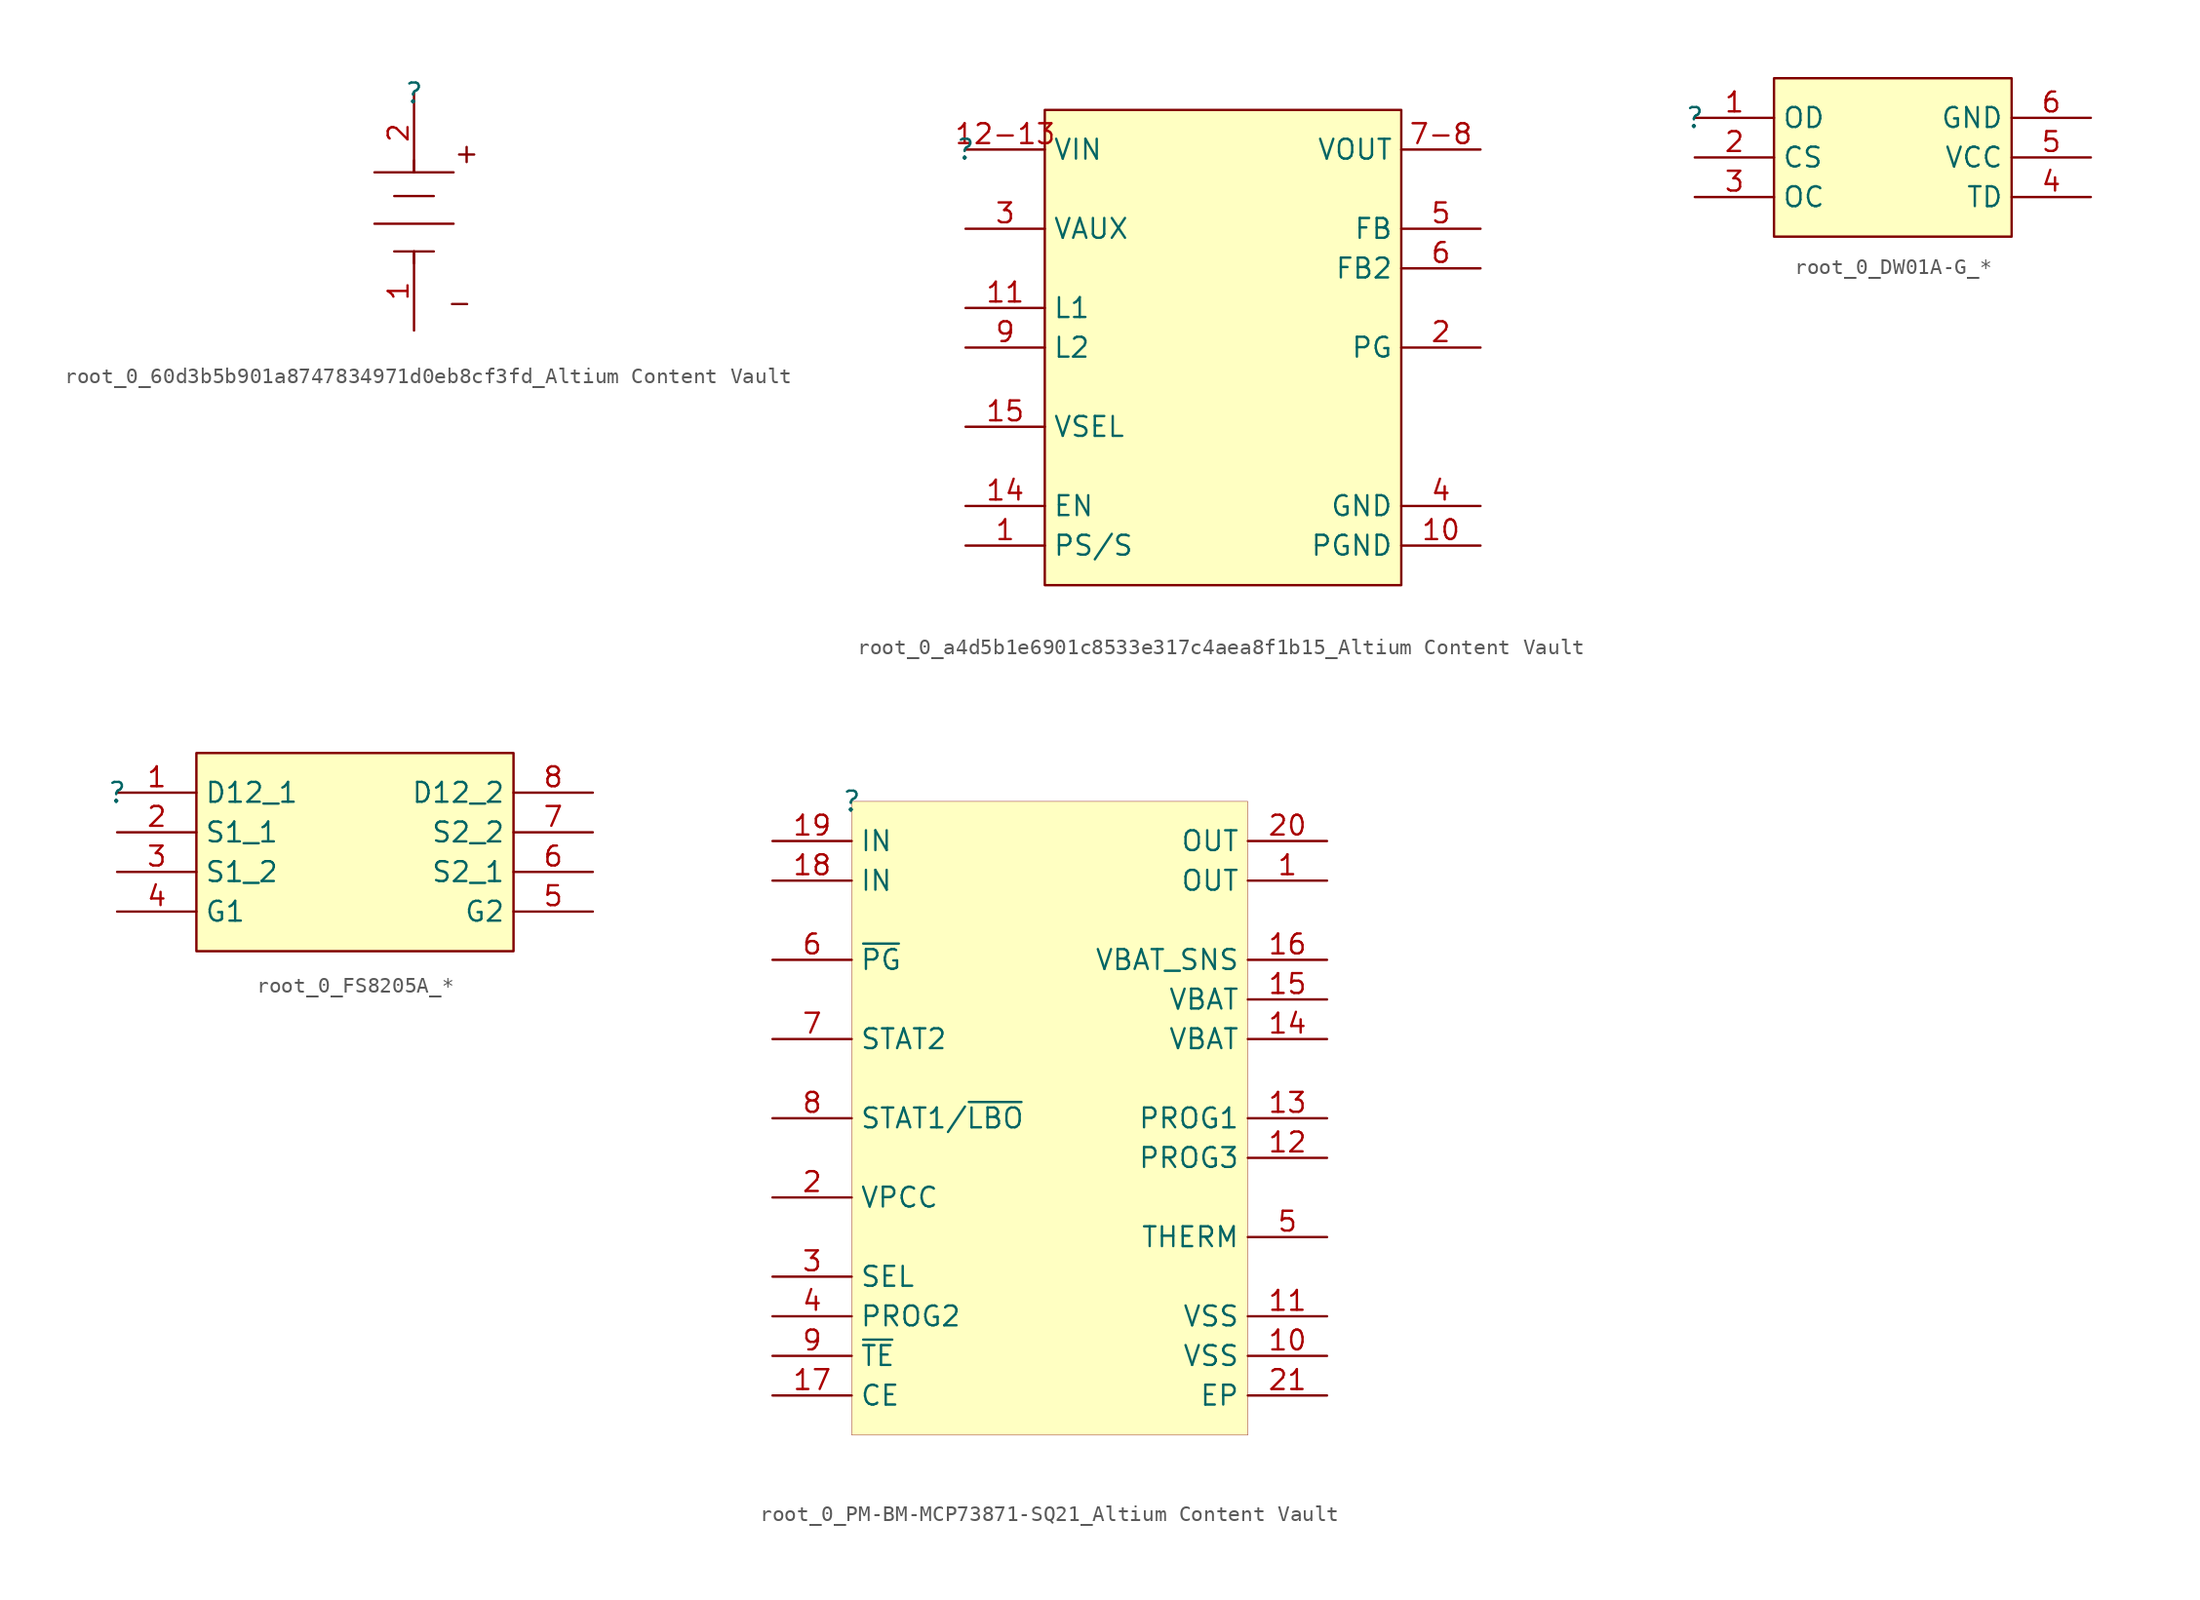
<source format=kicad_sym>
(kicad_symbol_lib
  (version 20241209)
  (generator "kicad_symbol_editor")
  (generator_version "9.0")
  (symbol "root_0_60d3b5b901a8747834971d0eb8cf3fd_Altium Content Vault"
    (pin_names
      (hide yes))
    (property "Reference" ""
      (at 0 0 0)
      (effects (font (size 1.27 1.27))))
    (property "Value" ""
      (at 0 0 0)
      (effects (font (size 1.27 1.27))))
    (symbol "root_0_60d3b5b901a8747834971d0eb8cf3fd_Altium Content Vault_1_0"
      (polyline (pts (xy 0 -5.08) (xy 0 -4.318)) (stroke (width 0) (type solid)) (fill (type none)))
      (polyline (pts (xy 0 -10.16) (xy 0 -10.922)) (stroke (width 0) (type solid)) (fill (type none)))
      (polyline (pts (xy 1.27 -6.604) (xy -1.27 -6.604)) (stroke (width 0) (type solid)) (fill (type none)))
      (polyline (pts (xy 1.27 -10.16) (xy -1.27 -10.16)) (stroke (width 0) (type solid)) (fill (type none)))
      (polyline (pts (xy 2.54 -5.08) (xy -2.54 -5.08)) (stroke (width 0) (type solid)) (fill (type none)))
      (polyline (pts (xy 2.54 -8.382) (xy -2.54 -8.382)) (stroke (width 0) (type solid)) (fill (type none)))
      (text "+" (at 2.54 -3.048 900) (effects (font (size 1.27 1.27)) (justify right top)))
      (text "-" (at 3.81 -12.7 0) (effects (font (size 1.27 1.27)) (justify right top)))
      (pin passive line (at 0 0 270) (length 5.08) (name "A" (effects (font (size 1.27 1.27)))) (number "2" (effects (font (size 1.27 1.27)))))
      (pin passive line (at 0 -15.24 90) (length 5.08) (name "C" (effects (font (size 1.27 1.27)))) (number "1" (effects (font (size 1.27 1.27)))))))
  (symbol "root_0_a4d5b1e6901c8533e317c4aea8f1b15_Altium Content Vault"
    (property "Reference" ""
      (at 0 0 0)
      (effects (font (size 1.27 1.27))))
    (property "Value" ""
      (at 0 0 0)
      (effects (font (size 1.27 1.27))))
    (symbol "root_0_a4d5b1e6901c8533e317c4aea8f1b15_Altium Content Vault_1_0"
      (rectangle (start 27.94 2.54) (end 5.08 -27.94) (stroke (width 0) (type solid) (color 128 0 0 1)) (fill (type background)))
      (pin power_in line (at 0 0 0) (length 5.08) (name "VIN" (effects (font (size 1.27 1.27)))) (number "12-13" (effects (font (size 1.27 1.27)))))
      (pin output line (at 0 -5.08 0) (length 5.08) (name "VAUX" (effects (font (size 1.27 1.27)))) (number "3" (effects (font (size 1.27 1.27)))))
      (pin input line (at 0 -10.16 0) (length 5.08) (name "L1" (effects (font (size 1.27 1.27)))) (number "11" (effects (font (size 1.27 1.27)))))
      (pin input line (at 0 -12.7 0) (length 5.08) (name "L2" (effects (font (size 1.27 1.27)))) (number "9" (effects (font (size 1.27 1.27)))))
      (pin input line (at 0 -17.78 0) (length 5.08) (name "VSEL" (effects (font (size 1.27 1.27)))) (number "15" (effects (font (size 1.27 1.27)))))
      (pin input line (at 0 -22.86 0) (length 5.08) (name "EN" (effects (font (size 1.27 1.27)))) (number "14" (effects (font (size 1.27 1.27)))))
      (pin input line (at 0 -25.4 0) (length 5.08) (name "PS/S" (effects (font (size 1.27 1.27)))) (number "1" (effects (font (size 1.27 1.27)))))
      (pin output line (at 33.02 0 180) (length 5.08) (name "VOUT" (effects (font (size 1.27 1.27)))) (number "7-8" (effects (font (size 1.27 1.27)))))
      (pin output line (at 33.02 -5.08 180) (length 5.08) (name "FB" (effects (font (size 1.27 1.27)))) (number "5" (effects (font (size 1.27 1.27)))))
      (pin output line (at 33.02 -7.62 180) (length 5.08) (name "FB2" (effects (font (size 1.27 1.27)))) (number "6" (effects (font (size 1.27 1.27)))))
      (pin open_collector line (at 33.02 -12.7 180) (length 5.08) (name "PG" (effects (font (size 1.27 1.27)))) (number "2" (effects (font (size 1.27 1.27)))))
      (pin power_in line (at 33.02 -22.86 180) (length 5.08) (name "GND" (effects (font (size 1.27 1.27)))) (number "4" (effects (font (size 1.27 1.27)))))
      (pin power_in line (at 33.02 -25.4 180) (length 5.08) (name "PGND" (effects (font (size 1.27 1.27)))) (number "10" (effects (font (size 1.27 1.27)))))))
  (symbol "root_0_DW01A-G_*"
    (property "Reference" ""
      (at 0 0 0)
      (effects (font (size 1.27 1.27))))
    (property "Value" ""
      (at 0 0 0)
      (effects (font (size 1.27 1.27))))
    (symbol "root_0_DW01A-G_*_1_0"
      (rectangle (start 20.32 2.54) (end 5.08 -7.62) (stroke (width 0) (type solid) (color 128 0 0 1)) (fill (type background)))
      (pin passive line (at 0 0 0) (length 5.08) (name "OD" (effects (font (size 1.27 1.27)))) (number "1" (effects (font (size 1.27 1.27)))))
      (pin passive line (at 0 -2.54 0) (length 5.08) (name "CS" (effects (font (size 1.27 1.27)))) (number "2" (effects (font (size 1.27 1.27)))))
      (pin passive line (at 0 -5.08 0) (length 5.08) (name "OC" (effects (font (size 1.27 1.27)))) (number "3" (effects (font (size 1.27 1.27)))))
      (pin passive line (at 25.4 0 180) (length 5.08) (name "GND" (effects (font (size 1.27 1.27)))) (number "6" (effects (font (size 1.27 1.27)))))
      (pin passive line (at 25.4 -2.54 180) (length 5.08) (name "VCC" (effects (font (size 1.27 1.27)))) (number "5" (effects (font (size 1.27 1.27)))))
      (pin passive line (at 25.4 -5.08 180) (length 5.08) (name "TD" (effects (font (size 1.27 1.27)))) (number "4" (effects (font (size 1.27 1.27)))))))
  (symbol "root_0_FS8205A_*"
    (property "Reference" ""
      (at 0 0 0)
      (effects (font (size 1.27 1.27))))
    (property "Value" ""
      (at 0 0 0)
      (effects (font (size 1.27 1.27))))
    (symbol "root_0_FS8205A_*_1_0"
      (rectangle (start 25.4 2.54) (end 5.08 -10.16) (stroke (width 0) (type solid) (color 128 0 0 1)) (fill (type background)))
      (pin passive line (at 0 0 0) (length 5.08) (name "D12_1" (effects (font (size 1.27 1.27)))) (number "1" (effects (font (size 1.27 1.27)))))
      (pin passive line (at 0 -2.54 0) (length 5.08) (name "S1_1" (effects (font (size 1.27 1.27)))) (number "2" (effects (font (size 1.27 1.27)))))
      (pin passive line (at 0 -5.08 0) (length 5.08) (name "S1_2" (effects (font (size 1.27 1.27)))) (number "3" (effects (font (size 1.27 1.27)))))
      (pin passive line (at 0 -7.62 0) (length 5.08) (name "G1" (effects (font (size 1.27 1.27)))) (number "4" (effects (font (size 1.27 1.27)))))
      (pin passive line (at 30.48 0 180) (length 5.08) (name "D12_2" (effects (font (size 1.27 1.27)))) (number "8" (effects (font (size 1.27 1.27)))))
      (pin passive line (at 30.48 -2.54 180) (length 5.08) (name "S2_2" (effects (font (size 1.27 1.27)))) (number "7" (effects (font (size 1.27 1.27)))))
      (pin passive line (at 30.48 -5.08 180) (length 5.08) (name "S2_1" (effects (font (size 1.27 1.27)))) (number "6" (effects (font (size 1.27 1.27)))))
      (pin passive line (at 30.48 -7.62 180) (length 5.08) (name "G2" (effects (font (size 1.27 1.27)))) (number "5" (effects (font (size 1.27 1.27)))))))
  (symbol "root_0_PM-BM-MCP73871-SQ21_Altium Content Vault"
    (property "Reference" ""
      (at 0 0 0)
      (effects (font (size 1.27 1.27))))
    (property "Value" ""
      (at 0 0 0)
      (effects (font (size 1.27 1.27))))
    (symbol "root_0_PM-BM-MCP73871-SQ21_Altium Content Vault_1_0"
      (rectangle (start 25.4 0) (end 0 -40.64) (stroke (width 0.025) (type solid) (color 128 0 0 1)) (fill (type background)))
      (pin power_in line (at -5.08 -2.54 0) (length 5.08) (name "IN" (effects (font (size 1.27 1.27)))) (number "19" (effects (font (size 1.27 1.27)))))
      (pin power_in line (at -5.08 -5.08 0) (length 5.08) (name "IN" (effects (font (size 1.27 1.27)))) (number "18" (effects (font (size 1.27 1.27)))))
      (pin open_collector line (at -5.08 -10.16 0) (length 5.08) (name "~{PG}" (effects (font (size 1.27 1.27)))) (number "6" (effects (font (size 1.27 1.27)))))
      (pin open_collector line (at -5.08 -15.24 0) (length 5.08) (name "STAT2" (effects (font (size 1.27 1.27)))) (number "7" (effects (font (size 1.27 1.27)))))
      (pin open_collector line (at -5.08 -20.32 0) (length 5.08) (name "STAT1/~{LBO}" (effects (font (size 1.27 1.27)))) (number "8" (effects (font (size 1.27 1.27)))))
      (pin input line (at -5.08 -25.4 0) (length 5.08) (name "VPCC" (effects (font (size 1.27 1.27)))) (number "2" (effects (font (size 1.27 1.27)))))
      (pin input line (at -5.08 -30.48 0) (length 5.08) (name "SEL" (effects (font (size 1.27 1.27)))) (number "3" (effects (font (size 1.27 1.27)))))
      (pin input line (at -5.08 -33.02 0) (length 5.08) (name "PROG2" (effects (font (size 1.27 1.27)))) (number "4" (effects (font (size 1.27 1.27)))))
      (pin input line (at -5.08 -35.56 0) (length 5.08) (name "~{TE}" (effects (font (size 1.27 1.27)))) (number "9" (effects (font (size 1.27 1.27)))))
      (pin input line (at -5.08 -38.1 0) (length 5.08) (name "CE" (effects (font (size 1.27 1.27)))) (number "17" (effects (font (size 1.27 1.27)))))
      (pin output line (at 30.48 -2.54 180) (length 5.08) (name "OUT" (effects (font (size 1.27 1.27)))) (number "20" (effects (font (size 1.27 1.27)))))
      (pin output line (at 30.48 -5.08 180) (length 5.08) (name "OUT" (effects (font (size 1.27 1.27)))) (number "1" (effects (font (size 1.27 1.27)))))
      (pin power_in line (at 30.48 -10.16 180) (length 5.08) (name "VBAT_SNS" (effects (font (size 1.27 1.27)))) (number "16" (effects (font (size 1.27 1.27)))))
      (pin power_in line (at 30.48 -12.7 180) (length 5.08) (name "VBAT" (effects (font (size 1.27 1.27)))) (number "15" (effects (font (size 1.27 1.27)))))
      (pin power_in line (at 30.48 -15.24 180) (length 5.08) (name "VBAT" (effects (font (size 1.27 1.27)))) (number "14" (effects (font (size 1.27 1.27)))))
      (pin bidirectional line (at 30.48 -20.32 180) (length 5.08) (name "PROG1" (effects (font (size 1.27 1.27)))) (number "13" (effects (font (size 1.27 1.27)))))
      (pin bidirectional line (at 30.48 -22.86 180) (length 5.08) (name "PROG3" (effects (font (size 1.27 1.27)))) (number "12" (effects (font (size 1.27 1.27)))))
      (pin bidirectional line (at 30.48 -27.94 180) (length 5.08) (name "THERM" (effects (font (size 1.27 1.27)))) (number "5" (effects (font (size 1.27 1.27)))))
      (pin power_in line (at 30.48 -33.02 180) (length 5.08) (name "VSS" (effects (font (size 1.27 1.27)))) (number "11" (effects (font (size 1.27 1.27)))))
      (pin power_in line (at 30.48 -35.56 180) (length 5.08) (name "VSS" (effects (font (size 1.27 1.27)))) (number "10" (effects (font (size 1.27 1.27)))))
      (pin power_in line (at 30.48 -38.1 180) (length 5.08) (name "EP" (effects (font (size 1.27 1.27)))) (number "21" (effects (font (size 1.27 1.27))))))))
</source>
